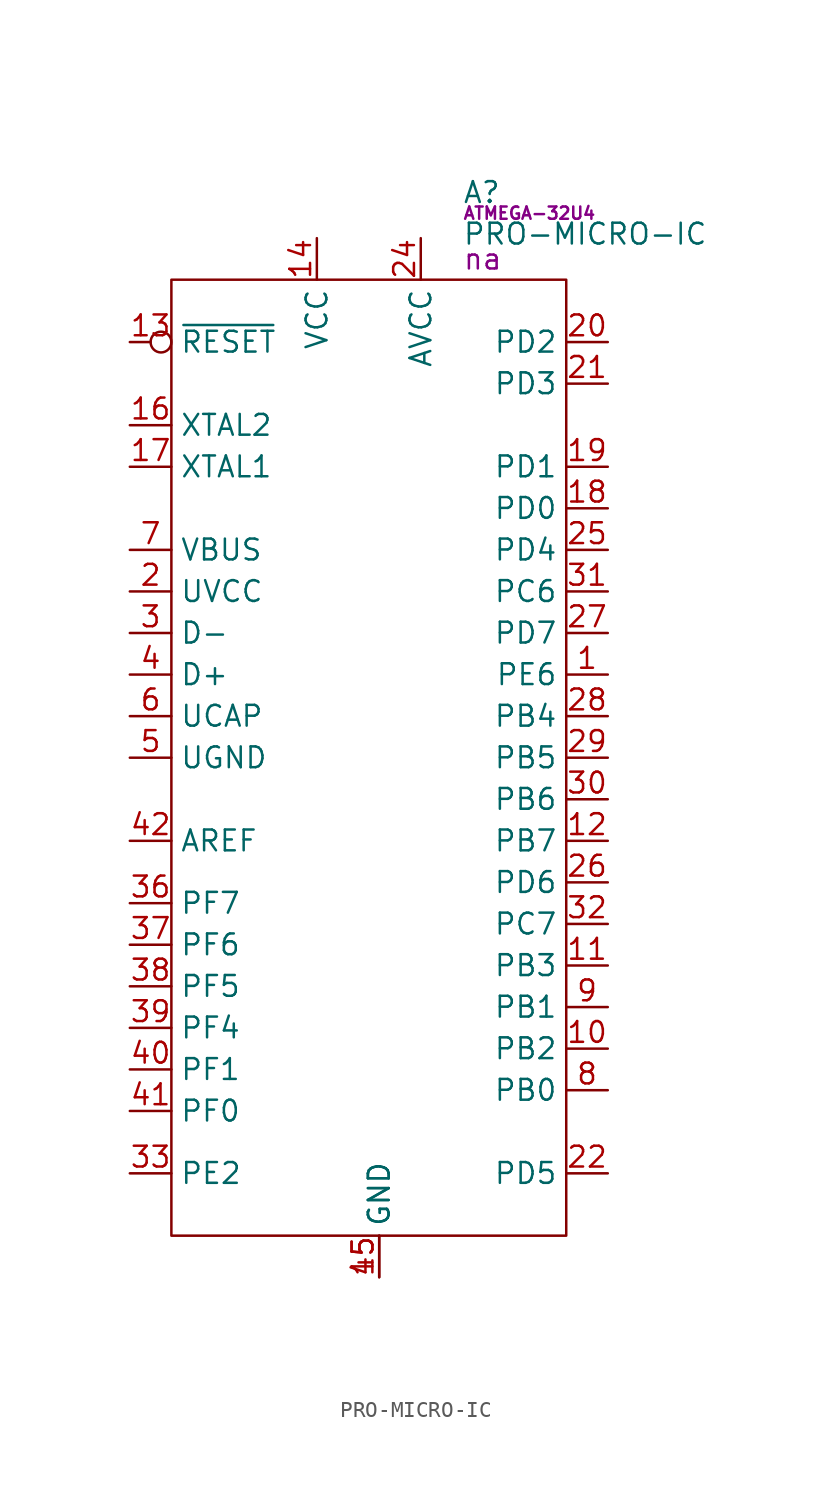
<source format=kicad_sym>
(kicad_symbol_lib
  (version 20231120)
  (generator "kicad_symbol_editor")
  (generator_version "8.0")
  (symbol "PRO-MICRO-IC"
    (property "Reference" "A"
      (at 17.78 5.334 0)
      (effects (font (size 1.27 1.27)) (justify left)))
    (property "Value" "PRO-MICRO-IC"
      (at 17.78 2.794 0)
      (effects (font (size 1.27 1.27)) (justify left)))
    (property "IC" "ATMEGA-32U4"
      (at 17.78 4.064 0)
      (effects (font (size 0.75 0.75)) (justify left)))
    (property "PartNumber" "na"
      (at 17.78 1.27 0)
      (effects (font (size 1.27 1.27)) (justify left)))
    (symbol "PRO-MICRO-IC_0_0"
      (pin bidirectional line (at 26.67 -24.13 180) (length 2.54) (name "PE6" (effects (font (size 1.27 1.27)))) (number "1" (effects (font (size 1.27 1.27)))) (alternate "AIN0" input line) (alternate "D7" bidirectional line) (alternate "INT6" input line))
      (pin bidirectional line (at 26.67 -46.99 180) (length 2.54) (name "PB2" (effects (font (size 1.27 1.27)))) (number "10" (effects (font (size 1.27 1.27)))) (alternate "D16" bidirectional line) (alternate "PCINT2" input line) (alternate "PDI" input line) (alternate "SPI-COPI" output line))
      (pin bidirectional line (at 26.67 -41.91 180) (length 2.54) (name "PB3" (effects (font (size 1.27 1.27)))) (number "11" (effects (font (size 1.27 1.27)))) (alternate "D14" bidirectional line) (alternate "PCINT3" bidirectional line) (alternate "PDO" output line) (alternate "SPI-CIPO" input line))
      (pin bidirectional line (at 26.67 -34.29 180) (length 2.54) (name "PB7" (effects (font (size 1.27 1.27)))) (number "12" (effects (font (size 1.27 1.27)))) (alternate "D11~" bidirectional line) (alternate "OC0A" input line) (alternate "PCINT7" input line) (alternate "~{RTS}" bidirectional line))
      (pin input inverted (at -2.54 -3.81 0) (length 2.54) (name "~{RESET}" (effects (font (size 1.27 1.27)))) (number "13" (effects (font (size 1.27 1.27)))))
      (pin power_in line (at 8.89 2.54 270) (length 2.54) (name "VCC" (effects (font (size 1.27 1.27)))) (number "14" (effects (font (size 1.27 1.27)))))
      (pin power_in line (at 12.7 -60.96 90) (length 2.54) (name "GND" (effects (font (size 1.27 1.27)))) (number "15" (effects (font (size 1.27 1.27)))))
      (pin input line (at -2.54 -8.89 0) (length 2.54) (name "XTAL2" (effects (font (size 1.27 1.27)))) (number "16" (effects (font (size 1.27 1.27)))))
      (pin input line (at -2.54 -11.43 0) (length 2.54) (name "XTAL1" (effects (font (size 1.27 1.27)))) (number "17" (effects (font (size 1.27 1.27)))))
      (pin bidirectional line (at 26.67 -13.97 180) (length 2.54) (name "PD0" (effects (font (size 1.27 1.27)))) (number "18" (effects (font (size 1.27 1.27)))) (alternate "D3~" bidirectional line) (alternate "I2C-SCLK" bidirectional line) (alternate "INT0" input line) (alternate "OC0B" input line))
      (pin bidirectional line (at 26.67 -11.43 180) (length 2.54) (name "PD1" (effects (font (size 1.27 1.27)))) (number "19" (effects (font (size 1.27 1.27)))) (alternate "D2" bidirectional line) (alternate "I2C-SDA" bidirectional line) (alternate "INT1" input line))
      (pin power_in line (at -2.54 -19.05 0) (length 2.54) (name "UVCC" (effects (font (size 1.27 1.27)))) (number "2" (effects (font (size 1.27 1.27)))))
      (pin bidirectional line (at 26.67 -3.81 180) (length 2.54) (name "PD2" (effects (font (size 1.27 1.27)))) (number "20" (effects (font (size 1.27 1.27)))) (alternate "D0" bidirectional line) (alternate "INT2" input line) (alternate "RXD" input line))
      (pin bidirectional line (at 26.67 -6.35 180) (length 2.54) (name "PD3" (effects (font (size 1.27 1.27)))) (number "21" (effects (font (size 1.27 1.27)))) (alternate "D1" bidirectional line) (alternate "INT3" input line) (alternate "TXD" output line))
      (pin bidirectional line (at 26.67 -54.61 180) (length 2.54) (name "PD5" (effects (font (size 1.27 1.27)))) (number "22" (effects (font (size 1.27 1.27)))) (alternate "D30" bidirectional line) (alternate "XCK1" input line) (alternate "~{CTS}" bidirectional line))
      (pin power_in line (at 12.7 -60.96 90) (length 2.54) hide (name "GND" (effects (font (size 1.27 1.27)))) (number "23" (effects (font (size 1.27 1.27)))))
      (pin power_in line (at 15.24 2.54 270) (length 2.54) (name "AVCC" (effects (font (size 1.27 1.27)))) (number "24" (effects (font (size 1.27 1.27)))))
      (pin bidirectional line (at 26.67 -16.51 180) (length 2.54) (name "PD4" (effects (font (size 1.27 1.27)))) (number "25" (effects (font (size 1.27 1.27)))) (alternate "A6" input line) (alternate "D4" bidirectional line) (alternate "ICP1" input line))
      (pin bidirectional line (at 26.67 -36.83 180) (length 2.54) (name "PD6" (effects (font (size 1.27 1.27)))) (number "26" (effects (font (size 1.27 1.27)))) (alternate "?A10?" input line) (alternate "D12" bidirectional line) (alternate "T1" input line) (alternate "~{OC4D}" input line))
      (pin bidirectional line (at 26.67 -21.59 180) (length 2.54) (name "PD7" (effects (font (size 1.27 1.27)))) (number "27" (effects (font (size 1.27 1.27)))) (alternate "A7" input line) (alternate "D6~" bidirectional line) (alternate "OC4D" input line) (alternate "T0" input line))
      (pin bidirectional line (at 26.67 -26.67 180) (length 2.54) (name "PB4" (effects (font (size 1.27 1.27)))) (number "28" (effects (font (size 1.27 1.27)))) (alternate "A8" input line) (alternate "D8" bidirectional line) (alternate "PCINT4" input line))
      (pin bidirectional line (at 26.67 -29.21 180) (length 2.54) (name "PB5" (effects (font (size 1.27 1.27)))) (number "29" (effects (font (size 1.27 1.27)))) (alternate "A9" input line) (alternate "D9~" bidirectional line) (alternate "OC1A" input line) (alternate "PCINT5" input line) (alternate "~{OC4B}" input line))
      (pin bidirectional line (at -2.54 -21.59 0) (length 2.54) (name "D-" (effects (font (size 1.27 1.27)))) (number "3" (effects (font (size 1.27 1.27)))))
      (pin bidirectional line (at 26.67 -31.75 180) (length 2.54) (name "PB6" (effects (font (size 1.27 1.27)))) (number "30" (effects (font (size 1.27 1.27)))) (alternate "A10" input line) (alternate "D10~" bidirectional line) (alternate "OC1B" input line) (alternate "OC4B" input line) (alternate "PCINT6" input line))
      (pin bidirectional line (at 26.67 -19.05 180) (length 2.54) (name "PC6" (effects (font (size 1.27 1.27)))) (number "31" (effects (font (size 1.27 1.27)))) (alternate "D5~" bidirectional line) (alternate "OC3A" input line) (alternate "~{OC4A}" input line))
      (pin bidirectional line (at 26.67 -39.37 180) (length 2.54) (name "PC7" (effects (font (size 1.27 1.27)))) (number "32" (effects (font (size 1.27 1.27)))) (alternate "CLK0" input line) (alternate "D13~" bidirectional line) (alternate "ICP3" input line) (alternate "OC4A" input line))
      (pin power_in line (at 8.89 2.54 270) (length 2.54) hide (name "VCC" (effects (font (size 1.27 1.27)))) (number "34" (effects (font (size 1.27 1.27)))))
      (pin power_in line (at 12.7 -60.96 90) (length 2.54) hide (name "GND" (effects (font (size 1.27 1.27)))) (number "35" (effects (font (size 1.27 1.27)))))
      (pin bidirectional line (at -2.54 -38.1 0) (length 2.54) (name "PF7" (effects (font (size 1.27 1.27)))) (number "36" (effects (font (size 1.27 1.27)))) (alternate "A0" input line) (alternate "TDI" input line))
      (pin bidirectional line (at -2.54 -40.64 0) (length 2.54) (name "PF6" (effects (font (size 1.27 1.27)))) (number "37" (effects (font (size 1.27 1.27)))) (alternate "A1" input line) (alternate "TDO" output line))
      (pin bidirectional line (at -2.54 -43.18 0) (length 2.54) (name "PF5" (effects (font (size 1.27 1.27)))) (number "38" (effects (font (size 1.27 1.27)))) (alternate "A2" input line) (alternate "TMS" bidirectional line))
      (pin bidirectional line (at -2.54 -45.72 0) (length 2.54) (name "PF4" (effects (font (size 1.27 1.27)))) (number "39" (effects (font (size 1.27 1.27)))) (alternate "A3" input line) (alternate "TCK" bidirectional line))
      (pin bidirectional line (at -2.54 -24.13 0) (length 2.54) (name "D+" (effects (font (size 1.27 1.27)))) (number "4" (effects (font (size 1.27 1.27)))))
      (pin bidirectional line (at -2.54 -48.26 0) (length 2.54) (name "PF1" (effects (font (size 1.27 1.27)))) (number "40" (effects (font (size 1.27 1.27)))) (alternate "A4" input line))
      (pin bidirectional line (at -2.54 -50.8 0) (length 2.54) (name "PF0" (effects (font (size 1.27 1.27)))) (number "41" (effects (font (size 1.27 1.27)))) (alternate "A5" input line))
      (pin input line (at -2.54 -34.29 0) (length 2.54) (name "AREF" (effects (font (size 1.27 1.27)))) (number "42" (effects (font (size 1.27 1.27)))))
      (pin power_in line (at 12.7 -60.96 90) (length 2.54) hide (name "GND" (effects (font (size 1.27 1.27)))) (number "43" (effects (font (size 1.27 1.27)))))
      (pin power_in line (at 15.24 2.54 270) (length 2.54) hide (name "AVCC" (effects (font (size 1.27 1.27)))) (number "44" (effects (font (size 1.27 1.27)))))
      (pin power_in line (at 12.7 -60.96 90) (length 2.54) (name "GND" (effects (font (size 1.27 1.27)))) (number "45" (effects (font (size 1.27 1.27)))))
      (pin power_in line (at -2.54 -29.21 0) (length 2.54) (name "UGND" (effects (font (size 1.27 1.27)))) (number "5" (effects (font (size 1.27 1.27)))))
      (pin power_out line (at -2.54 -26.67 0) (length 2.54) (name "UCAP" (effects (font (size 1.27 1.27)))) (number "6" (effects (font (size 1.27 1.27)))))
      (pin input line (at -2.54 -16.51 0) (length 2.54) (name "VBUS" (effects (font (size 1.27 1.27)))) (number "7" (effects (font (size 1.27 1.27)))))
      (pin bidirectional line (at 26.67 -49.53 180) (length 2.54) (name "PB0" (effects (font (size 1.27 1.27)))) (number "8" (effects (font (size 1.27 1.27)))) (alternate "D17" bidirectional line) (alternate "PCINT0" input line) (alternate "SPI-SS" output line))
      (pin bidirectional line (at 26.67 -44.45 180) (length 2.54) (name "PB1" (effects (font (size 1.27 1.27)))) (number "9" (effects (font (size 1.27 1.27)))) (alternate "D15" bidirectional line) (alternate "PCINT1" input line) (alternate "SPI-SCLK" output line)))
    (symbol "PRO-MICRO-IC_0_1"
      (rectangle (start 0 0) (end 24.13 -58.42) (stroke (width 0) (type default)) (fill (type none)))
      (pin unspecified line (at -2.54 -54.61 0) (length 2.54) (name "PE2" (effects (font (size 1.27 1.27)))) (number "33" (effects (font (size 1.27 1.27)))) (alternate "~{HWB}" unspecified line)))))
</source>
